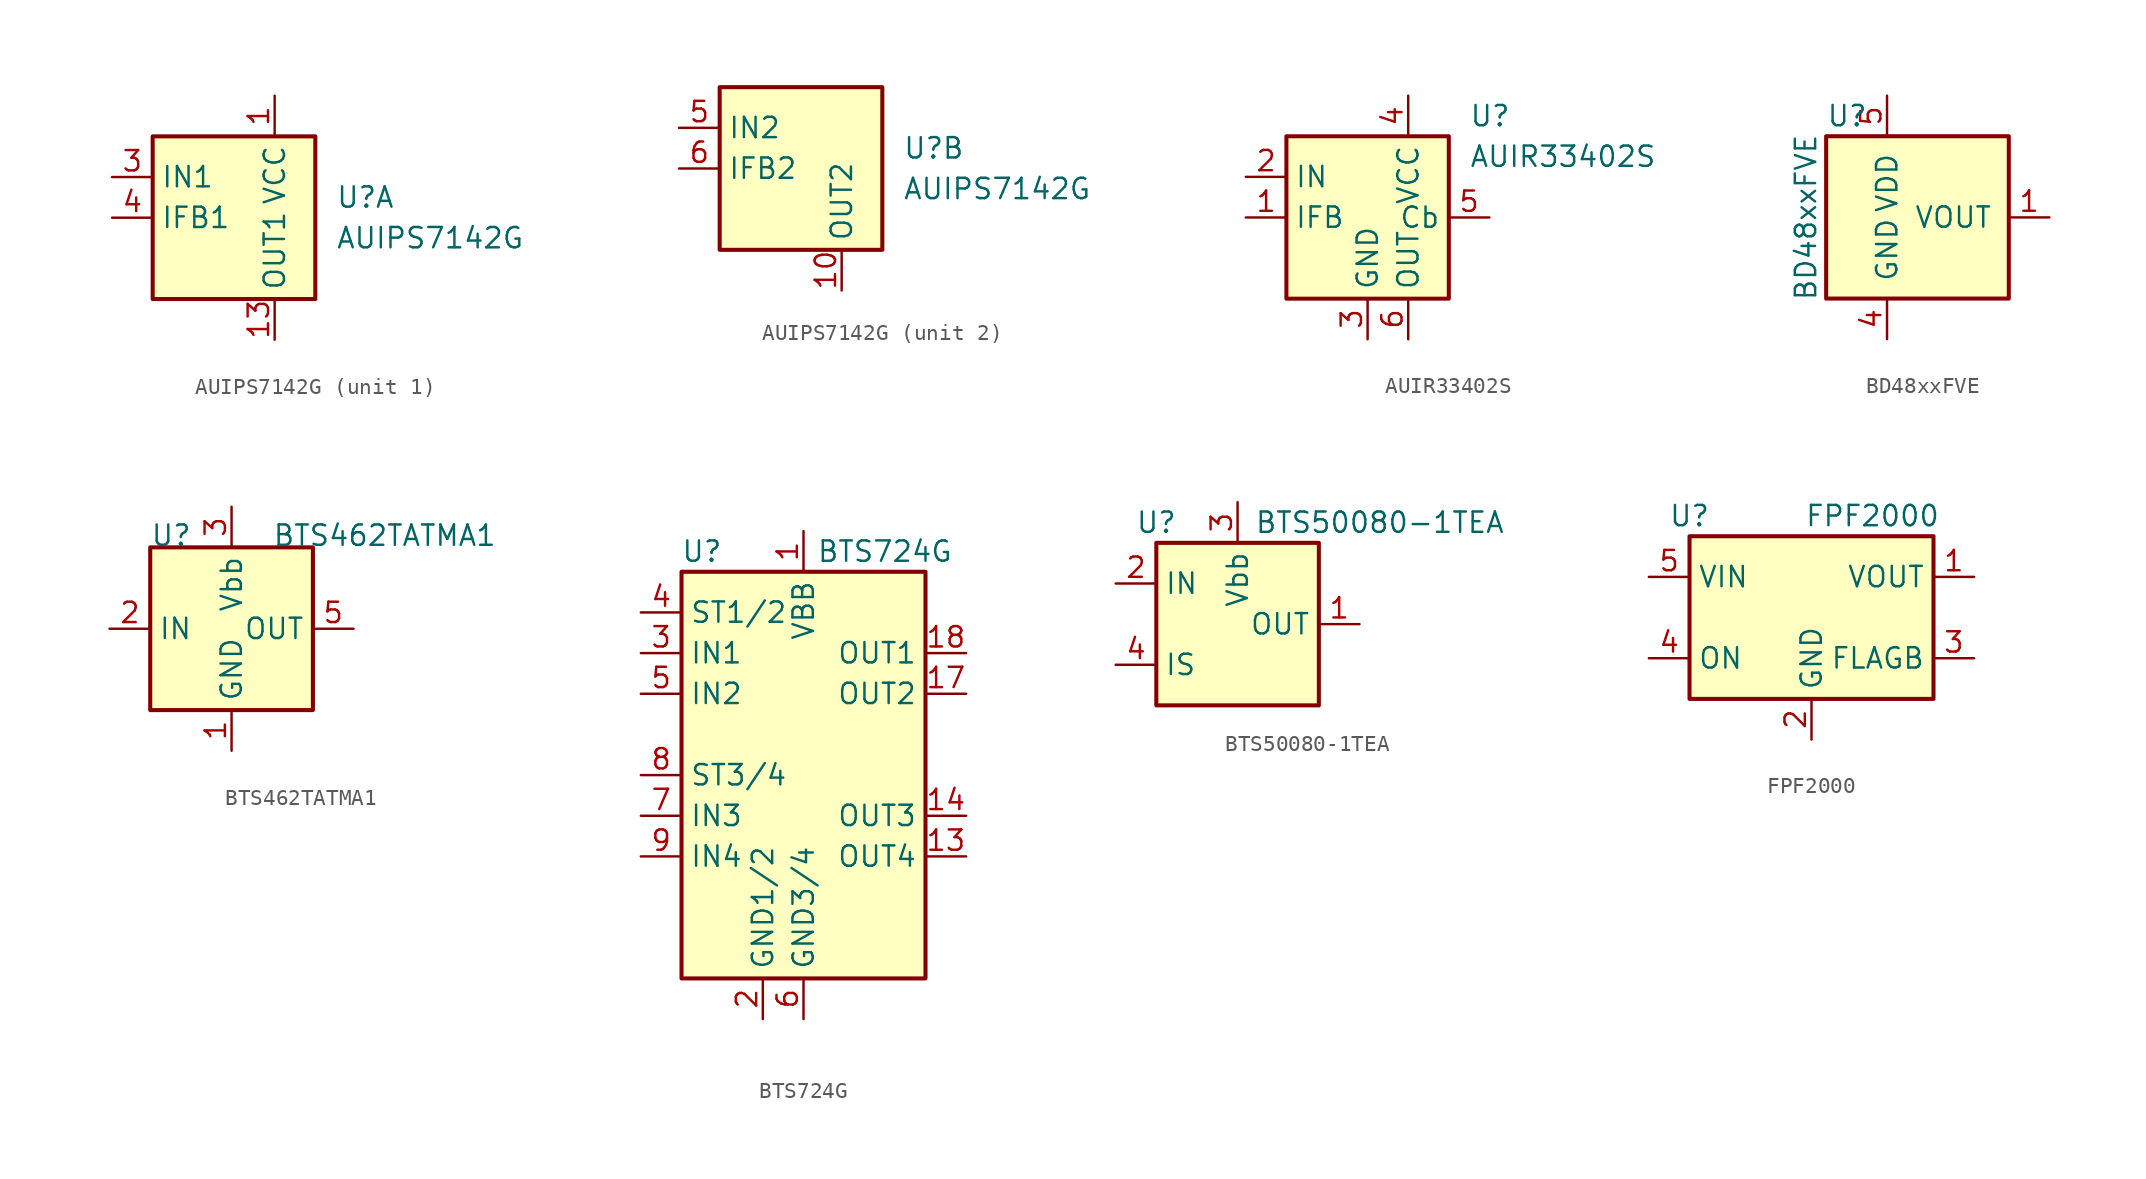
<source format=kicad_sym>
(kicad_symbol_lib
  (version 20220914)
  (generator kicad_symbol_editor)
  (symbol "AUIPS7142G"
    (property "Reference" "U"
      (at 3.81 1.27 0)
      (effects (font (size 1.27 1.27)) (justify left)))
    (property "Value" "AUIPS7142G"
      (at 3.81 -1.27 0)
      (effects (font (size 1.27 1.27)) (justify left)))
    (symbol "AUIPS7142G_0_1"
      (rectangle (start -7.62 5.08) (end 2.54 -5.08) (stroke (width 0.254) (type default)) (fill (type background))))
    (symbol "AUIPS7142G_1_1"
      (pin power_in line (at 0 7.62 270) (length 2.54) (name "VCC" (effects (font (size 1.27 1.27)))) (number "1" (effects (font (size 1.27 1.27)))))
      (pin power_out line (at 0 -7.62 90) (length 2.54) (name "OUT1" (effects (font (size 1.27 1.27)))) (number "13" (effects (font (size 1.27 1.27)))))
      (pin passive line (at 0 -7.62 90) (length 2.54) hide (name "OUT1" (effects (font (size 1.27 1.27)))) (number "14" (effects (font (size 1.27 1.27)))))
      (pin passive line (at 0 -7.62 90) (length 2.54) hide (name "OUT1" (effects (font (size 1.27 1.27)))) (number "15" (effects (font (size 1.27 1.27)))))
      (pin passive line (at 0 7.62 270) (length 2.54) hide (name "VCC" (effects (font (size 1.27 1.27)))) (number "16" (effects (font (size 1.27 1.27)))))
      (pin passive line (at 0 7.62 270) (length 2.54) hide (name "VCC" (effects (font (size 1.27 1.27)))) (number "2" (effects (font (size 1.27 1.27)))))
      (pin input line (at -10.16 2.54 0) (length 2.54) (name "IN1" (effects (font (size 1.27 1.27)))) (number "3" (effects (font (size 1.27 1.27)))))
      (pin output line (at -10.16 0 0) (length 2.54) (name "IFB1" (effects (font (size 1.27 1.27)))) (number "4" (effects (font (size 1.27 1.27)))))
      (pin passive line (at 0 7.62 270) (length 2.54) hide (name "VCC" (effects (font (size 1.27 1.27)))) (number "7" (effects (font (size 1.27 1.27)))))
      (pin passive line (at 0 7.62 270) (length 2.54) hide (name "VCC" (effects (font (size 1.27 1.27)))) (number "8" (effects (font (size 1.27 1.27)))))
      (pin passive line (at 0 7.62 270) (length 2.54) hide (name "VCC" (effects (font (size 1.27 1.27)))) (number "9" (effects (font (size 1.27 1.27))))))
    (symbol "AUIPS7142G_2_1"
      (pin power_out line (at 0 -7.62 90) (length 2.54) (name "OUT2" (effects (font (size 1.27 1.27)))) (number "10" (effects (font (size 1.27 1.27)))))
      (pin passive line (at 0 -7.62 90) (length 2.54) hide (name "OUT2" (effects (font (size 1.27 1.27)))) (number "11" (effects (font (size 1.27 1.27)))))
      (pin passive line (at 0 -7.62 90) (length 2.54) hide (name "OUT2" (effects (font (size 1.27 1.27)))) (number "12" (effects (font (size 1.27 1.27)))))
      (pin input line (at -10.16 2.54 0) (length 2.54) (name "IN2" (effects (font (size 1.27 1.27)))) (number "5" (effects (font (size 1.27 1.27)))))
      (pin output line (at -10.16 0 0) (length 2.54) (name "IFB2" (effects (font (size 1.27 1.27)))) (number "6" (effects (font (size 1.27 1.27)))))))
  (symbol "AUIR33402S"
    (property "Reference" "U"
      (at 3.81 6.35 0)
      (effects (font (size 1.27 1.27)) (justify left)))
    (property "Value" "AUIR33402S"
      (at 3.81 3.81 0)
      (effects (font (size 1.27 1.27)) (justify left)))
    (symbol "AUIR33402S_0_1"
      (rectangle (start -7.62 5.08) (end 2.54 -5.08) (stroke (width 0.254) (type default)) (fill (type background))))
    (symbol "AUIR33402S_1_1"
      (pin output line (at -10.16 0 0) (length 2.54) (name "IFB" (effects (font (size 1.27 1.27)))) (number "1" (effects (font (size 1.27 1.27)))))
      (pin input line (at -10.16 2.54 0) (length 2.54) (name "IN" (effects (font (size 1.27 1.27)))) (number "2" (effects (font (size 1.27 1.27)))))
      (pin power_in line (at -2.54 -7.62 90) (length 2.54) (name "GND" (effects (font (size 1.27 1.27)))) (number "3" (effects (font (size 1.27 1.27)))))
      (pin power_in line (at 0 7.62 270) (length 2.54) (name "VCC" (effects (font (size 1.27 1.27)))) (number "4" (effects (font (size 1.27 1.27)))))
      (pin passive line (at 5.08 0 180) (length 2.54) (name "Cb" (effects (font (size 1.27 1.27)))) (number "5" (effects (font (size 1.27 1.27)))))
      (pin power_out line (at 0 -7.62 90) (length 2.54) (name "OUT" (effects (font (size 1.27 1.27)))) (number "6" (effects (font (size 1.27 1.27)))))
      (pin passive line (at 0 -7.62 90) (length 2.54) hide (name "OUT" (effects (font (size 1.27 1.27)))) (number "7" (effects (font (size 1.27 1.27)))))))
  (symbol "BD48xxFVE"
    (pin_names
      (offset 1.016))
    (property "Reference" "U"
      (at -3.81 6.35 0)
      (effects (font (size 1.27 1.27)) (justify left)))
    (property "Value" "BD48xxFVE"
      (at -5.08 0 90)
      (effects (font (size 1.27 1.27))))
    (symbol "BD48xxFVE_1_1"
      (rectangle (start -3.81 5.08) (end 7.62 -5.08) (stroke (width 0.254) (type default)) (fill (type background)))
      (pin output line (at 10.16 0 180) (length 2.54) (name "VOUT" (effects (font (size 1.27 1.27)))) (number "1" (effects (font (size 1.27 1.27)))))
      (pin passive line (at 0 -7.62 90) (length 2.54) hide (name "GND" (effects (font (size 1.27 1.27)))) (number "2" (effects (font (size 1.27 1.27)))))
      (pin power_in line (at 0 -7.62 90) (length 2.54) (name "GND" (effects (font (size 1.27 1.27)))) (number "4" (effects (font (size 1.27 1.27)))))
      (pin power_in line (at 0 7.62 270) (length 2.54) (name "VDD" (effects (font (size 1.27 1.27)))) (number "5" (effects (font (size 1.27 1.27)))))))
  (symbol "BTS462TATMA1"
    (property "Reference" "U"
      (at -5.08 5.08 0)
      (effects (font (size 1.27 1.27)) (justify left bottom)))
    (property "Value" "BTS462TATMA1"
      (at 2.54 5.08 0)
      (effects (font (size 1.27 1.27)) (justify left bottom)))
    (symbol "BTS462TATMA1_0_0"
      (rectangle (start -5.08 5.08) (end 5.08 -5.08) (stroke (width 0.254) (type default)) (fill (type background)))
      (pin power_in line (at 0 -7.62 90) (length 2.54) (name "GND" (effects (font (size 1.27 1.27)))) (number "1" (effects (font (size 1.27 1.27)))))
      (pin input line (at -7.62 0 0) (length 2.54) (name "IN" (effects (font (size 1.27 1.27)))) (number "2" (effects (font (size 1.27 1.27)))))
      (pin power_in line (at 0 7.62 270) (length 2.54) (name "Vbb" (effects (font (size 1.27 1.27)))) (number "3" (effects (font (size 1.27 1.27)))))
      (pin no_connect line (at 5.08 -2.54 180) (length 2.54) hide (name "NC" (effects (font (size 1.27 1.27)))) (number "4" (effects (font (size 1.27 1.27)))))
      (pin power_out line (at 7.62 0 180) (length 2.54) (name "OUT" (effects (font (size 1.27 1.27)))) (number "5" (effects (font (size 1.27 1.27)))))))
  (symbol "BTS724G"
    (property "Reference" "U"
      (at -6.35 13.97 0)
      (effects (font (size 1.27 1.27))))
    (property "Value" "BTS724G"
      (at 5.08 13.97 0)
      (effects (font (size 1.27 1.27))))
    (symbol "BTS724G_0_1"
      (rectangle (start -7.62 12.7) (end 7.62 -12.7) (stroke (width 0.254) (type default)) (fill (type background))))
    (symbol "BTS724G_1_1"
      (pin power_in line (at 0 15.24 270) (length 2.54) (name "VBB" (effects (font (size 1.27 1.27)))) (number "1" (effects (font (size 1.27 1.27)))))
      (pin passive line (at 0 15.24 270) (length 2.54) hide (name "VBB" (effects (font (size 1.27 1.27)))) (number "10" (effects (font (size 1.27 1.27)))))
      (pin passive line (at 0 15.24 270) (length 2.54) hide (name "VBB" (effects (font (size 1.27 1.27)))) (number "11" (effects (font (size 1.27 1.27)))))
      (pin passive line (at 0 15.24 270) (length 2.54) hide (name "VBB" (effects (font (size 1.27 1.27)))) (number "12" (effects (font (size 1.27 1.27)))))
      (pin open_emitter line (at 10.16 -5.08 180) (length 2.54) (name "OUT4" (effects (font (size 1.27 1.27)))) (number "13" (effects (font (size 1.27 1.27)))))
      (pin open_emitter line (at 10.16 -2.54 180) (length 2.54) (name "OUT3" (effects (font (size 1.27 1.27)))) (number "14" (effects (font (size 1.27 1.27)))))
      (pin passive line (at 0 15.24 270) (length 2.54) hide (name "VBB" (effects (font (size 1.27 1.27)))) (number "15" (effects (font (size 1.27 1.27)))))
      (pin passive line (at 0 15.24 270) (length 2.54) hide (name "VBB" (effects (font (size 1.27 1.27)))) (number "16" (effects (font (size 1.27 1.27)))))
      (pin open_emitter line (at 10.16 5.08 180) (length 2.54) (name "OUT2" (effects (font (size 1.27 1.27)))) (number "17" (effects (font (size 1.27 1.27)))))
      (pin open_emitter line (at 10.16 7.62 180) (length 2.54) (name "OUT1" (effects (font (size 1.27 1.27)))) (number "18" (effects (font (size 1.27 1.27)))))
      (pin passive line (at 0 15.24 270) (length 2.54) hide (name "VBB" (effects (font (size 1.27 1.27)))) (number "19" (effects (font (size 1.27 1.27)))))
      (pin power_in line (at -2.54 -15.24 90) (length 2.54) (name "GND1/2" (effects (font (size 1.27 1.27)))) (number "2" (effects (font (size 1.27 1.27)))))
      (pin passive line (at 0 15.24 270) (length 2.54) hide (name "VBB" (effects (font (size 1.27 1.27)))) (number "20" (effects (font (size 1.27 1.27)))))
      (pin input line (at -10.16 7.62 0) (length 2.54) (name "IN1" (effects (font (size 1.27 1.27)))) (number "3" (effects (font (size 1.27 1.27)))))
      (pin open_collector line (at -10.16 10.16 0) (length 2.54) (name "ST1/2" (effects (font (size 1.27 1.27)))) (number "4" (effects (font (size 1.27 1.27)))))
      (pin input line (at -10.16 5.08 0) (length 2.54) (name "IN2" (effects (font (size 1.27 1.27)))) (number "5" (effects (font (size 1.27 1.27)))))
      (pin power_in line (at 0 -15.24 90) (length 2.54) (name "GND3/4" (effects (font (size 1.27 1.27)))) (number "6" (effects (font (size 1.27 1.27)))))
      (pin input line (at -10.16 -2.54 0) (length 2.54) (name "IN3" (effects (font (size 1.27 1.27)))) (number "7" (effects (font (size 1.27 1.27)))))
      (pin open_collector line (at -10.16 0 0) (length 2.54) (name "ST3/4" (effects (font (size 1.27 1.27)))) (number "8" (effects (font (size 1.27 1.27)))))
      (pin input line (at -10.16 -5.08 0) (length 2.54) (name "IN4" (effects (font (size 1.27 1.27)))) (number "9" (effects (font (size 1.27 1.27)))))))
  (symbol "BTS50080-1TEA"
    (property "Reference" "U"
      (at -5.08 6.35 0)
      (effects (font (size 1.27 1.27))))
    (property "Value" "BTS50080-1TEA"
      (at 8.89 6.35 0)
      (effects (font (size 1.27 1.27))))
    (symbol "BTS50080-1TEA_0_1"
      (rectangle (start -5.08 5.08) (end 5.08 -5.08) (stroke (width 0.254) (type default)) (fill (type background))))
    (symbol "BTS50080-1TEA_1_1"
      (pin power_out line (at 7.62 0 180) (length 2.54) (name "OUT" (effects (font (size 1.27 1.27)))) (number "1" (effects (font (size 1.27 1.27)))))
      (pin input line (at -7.62 2.54 0) (length 2.54) (name "IN" (effects (font (size 1.27 1.27)))) (number "2" (effects (font (size 1.27 1.27)))))
      (pin power_in line (at 0 7.62 270) (length 2.54) (name "Vbb" (effects (font (size 1.27 1.27)))) (number "3" (effects (font (size 1.27 1.27)))))
      (pin output line (at -7.62 -2.54 0) (length 2.54) (name "IS" (effects (font (size 1.27 1.27)))) (number "4" (effects (font (size 1.27 1.27)))))
      (pin passive line (at 7.62 0 180) (length 2.54) hide (name "OUT" (effects (font (size 1.27 1.27)))) (number "5" (effects (font (size 1.27 1.27)))))))
  (symbol "FPF2000"
    (property "Reference" "U"
      (at -7.62 6.35 0)
      (effects (font (size 1.27 1.27))))
    (property "Value" "FPF2000"
      (at 3.81 6.35 0)
      (effects (font (size 1.27 1.27))))
    (symbol "FPF2000_0_1"
      (rectangle (start -7.62 5.08) (end 7.62 -5.08) (stroke (width 0.254) (type default)) (fill (type background))))
    (symbol "FPF2000_1_1"
      (pin power_out line (at 10.16 2.54 180) (length 2.54) (name "VOUT" (effects (font (size 1.27 1.27)))) (number "1" (effects (font (size 1.27 1.27)))))
      (pin power_in line (at 0 -7.62 90) (length 2.54) (name "GND" (effects (font (size 1.27 1.27)))) (number "2" (effects (font (size 1.27 1.27)))))
      (pin open_collector line (at 10.16 -2.54 180) (length 2.54) (name "FLAGB" (effects (font (size 1.27 1.27)))) (number "3" (effects (font (size 1.27 1.27)))))
      (pin input line (at -10.16 -2.54 0) (length 2.54) (name "ON" (effects (font (size 1.27 1.27)))) (number "4" (effects (font (size 1.27 1.27)))))
      (pin power_in line (at -10.16 2.54 0) (length 2.54) (name "VIN" (effects (font (size 1.27 1.27)))) (number "5" (effects (font (size 1.27 1.27))))))))
</source>
